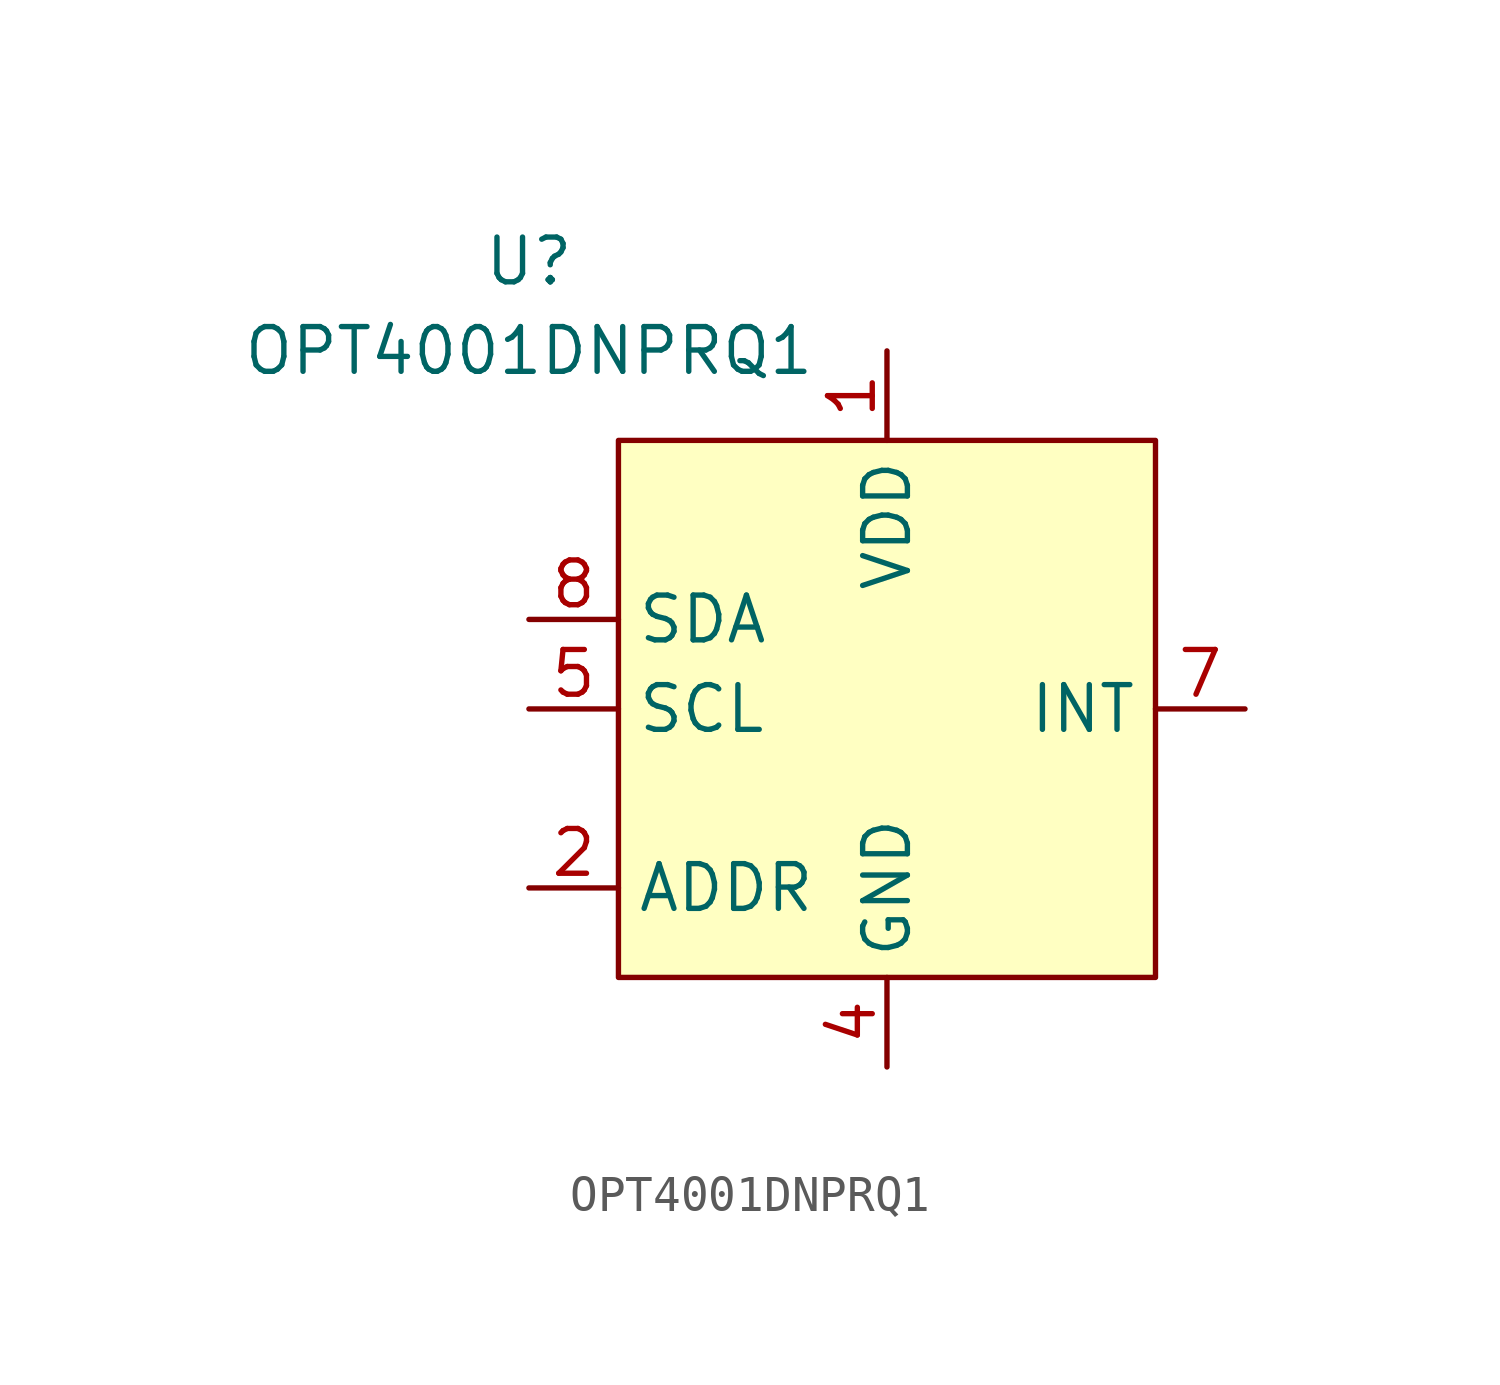
<source format=kicad_sym>
(kicad_symbol_lib
  (version 20231120)
  (generator "kicad_symbol_editor")
  (generator_version "8.0")
  (symbol "OPT4001DNPRQ1"
    (property "Reference" "U"
      (at -10.16 12.7 0)
      (effects (font (size 1.27 1.27))))
    (property "Value" "OPT4001DNPRQ1"
      (at -10.16 10.16 0)
      (effects (font (size 1.27 1.27))))
    (symbol "OPT4001DNPRQ1_0_0"
      (pin power_in line (at 0 10.16 270) (length 2.54) (name "VDD" (effects (font (size 1.27 1.27)))) (number "1" (effects (font (size 1.27 1.27)))))
      (pin power_in line (at 0 -10.16 90) (length 2.54) (name "GND" (effects (font (size 1.27 1.27)))) (number "4" (effects (font (size 1.27 1.27)))))
      (pin input line (at -10.16 0 0) (length 2.54) (name "SCL" (effects (font (size 1.27 1.27)))) (number "5" (effects (font (size 1.27 1.27)))))
      (pin no_connect line (at 2.54 -7.62 90) (length 2.54) hide (name "NC" (effects (font (size 1.27 1.27)))) (number "6" (effects (font (size 1.27 1.27)))))
      (pin bidirectional line (at 10.16 0 180) (length 2.54) (name "INT" (effects (font (size 1.27 1.27)))) (number "7" (effects (font (size 1.27 1.27)))))
      (pin bidirectional line (at -10.16 2.54 0) (length 2.54) (name "SDA" (effects (font (size 1.27 1.27)))) (number "8" (effects (font (size 1.27 1.27))))))
    (symbol "OPT4001DNPRQ1_1_0"
      (pin input line (at -10.16 -5.08 0) (length 2.54) (name "ADDR" (effects (font (size 1.27 1.27)))) (number "2" (effects (font (size 1.27 1.27)))))
      (pin no_connect line (at -2.54 -7.62 90) (length 2.54) hide (name "NC" (effects (font (size 1.27 1.27)))) (number "3" (effects (font (size 1.27 1.27))))))
    (symbol "OPT4001DNPRQ1_1_1"
      (rectangle (start -7.62 7.62) (end 7.62 -7.62) (stroke (width 0) (type default)) (fill (type background))))))
</source>
